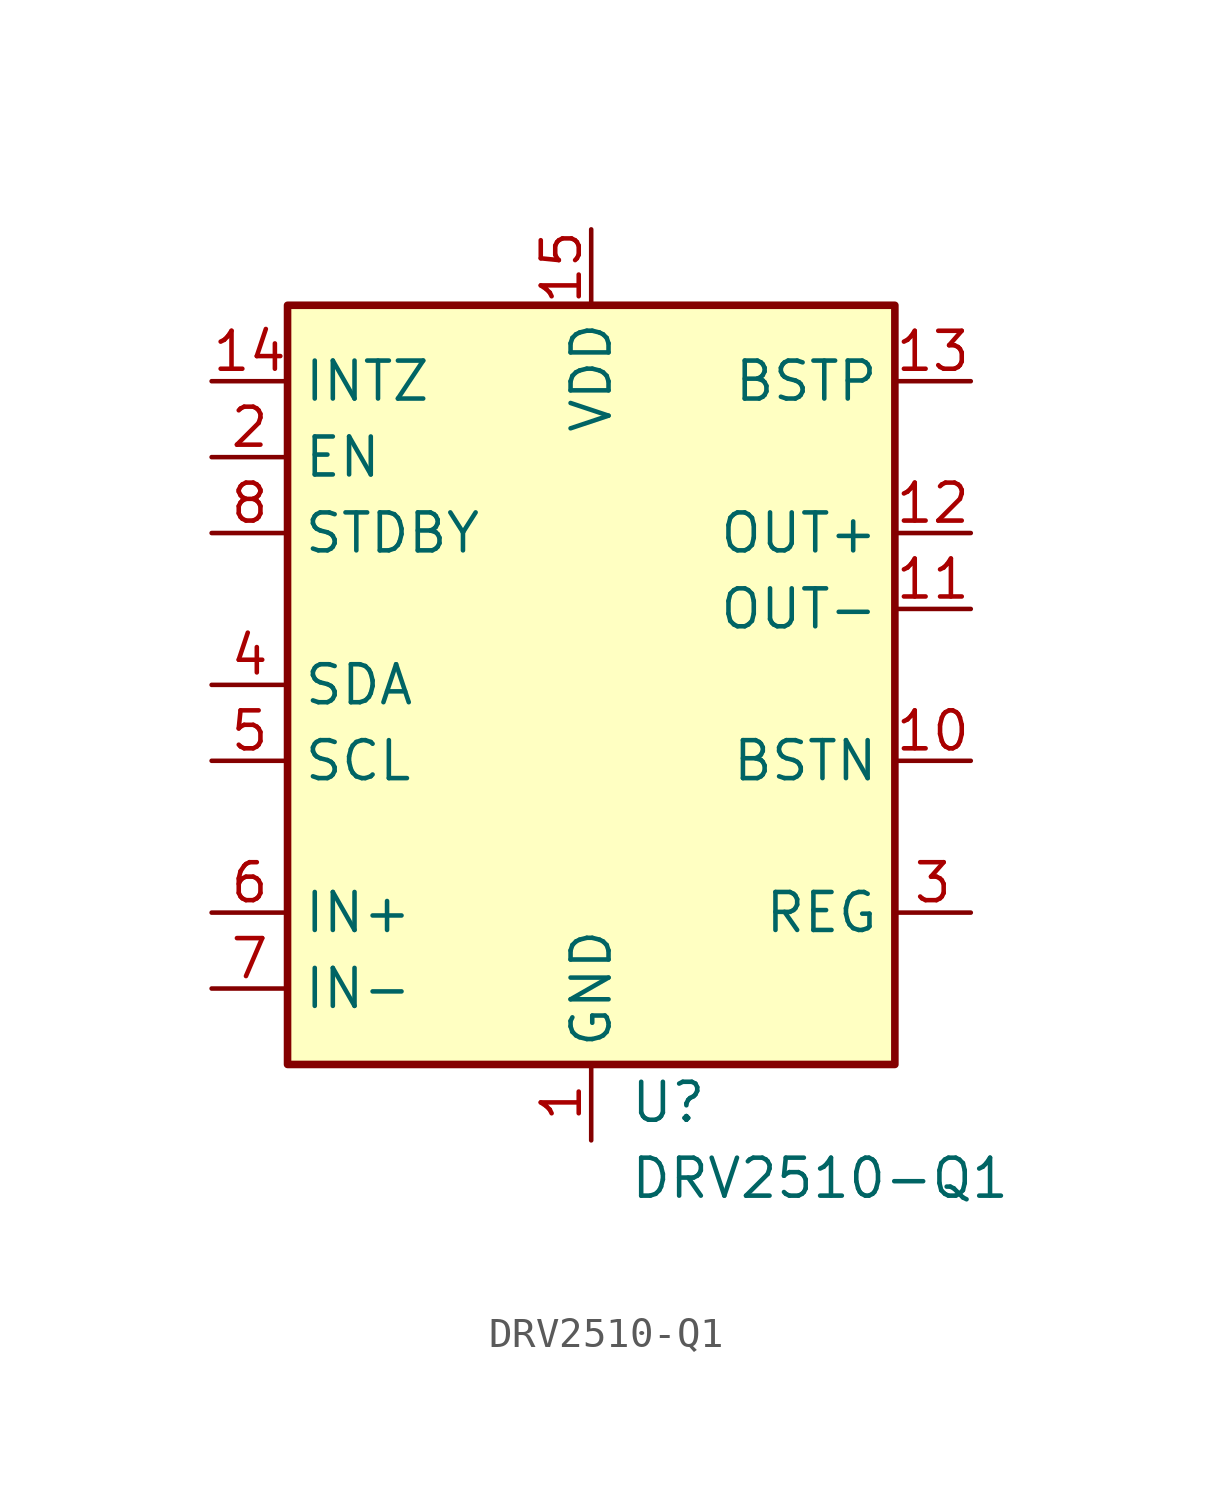
<source format=kicad_sym>
(kicad_symbol_lib
  (version 20211014)
  (generator kicad_symbol_editor)
  (symbol "DRV2510-Q1"
    (property "Reference" "U"
      (at 1.27 -13.97 0)
      (effects (font (size 1.27 1.27)) (justify left)))
    (property "Value" "DRV2510-Q1"
      (at 1.27 -16.51 0)
      (effects (font (size 1.27 1.27)) (justify left)))
    (symbol "DRV2510-Q1_0_0"
      (pin power_in line (at 0 -15.24 90) (length 2.54) (name "GND" (effects (font (size 1.27 1.27)))) (number "1" (effects (font (size 1.27 1.27)))))
      (pin passive line (at 12.7 -2.54 180) (length 2.54) (name "BSTN" (effects (font (size 1.27 1.27)))) (number "10" (effects (font (size 1.27 1.27)))))
      (pin power_out line (at 12.7 2.54 180) (length 2.54) (name "OUT-" (effects (font (size 1.27 1.27)))) (number "11" (effects (font (size 1.27 1.27)))))
      (pin power_out line (at 12.7 5.08 180) (length 2.54) (name "OUT+" (effects (font (size 1.27 1.27)))) (number "12" (effects (font (size 1.27 1.27)))))
      (pin passive line (at 12.7 10.16 180) (length 2.54) (name "BSTP" (effects (font (size 1.27 1.27)))) (number "13" (effects (font (size 1.27 1.27)))))
      (pin open_collector line (at -12.7 10.16 0) (length 2.54) (name "INTZ" (effects (font (size 1.27 1.27)))) (number "14" (effects (font (size 1.27 1.27)))))
      (pin power_in line (at 0 15.24 270) (length 2.54) (name "VDD" (effects (font (size 1.27 1.27)))) (number "15" (effects (font (size 1.27 1.27)))))
      (pin passive line (at 0 -15.24 90) (length 2.54) hide (name "GND" (effects (font (size 1.27 1.27)))) (number "16" (effects (font (size 1.27 1.27)))))
      (pin passive line (at 0 -15.24 90) (length 2.54) hide (name "GND" (effects (font (size 1.27 1.27)))) (number "17" (effects (font (size 1.27 1.27)))))
      (pin input line (at -12.7 7.62 0) (length 2.54) (name "EN" (effects (font (size 1.27 1.27)))) (number "2" (effects (font (size 1.27 1.27)))))
      (pin passive line (at 12.7 -7.62 180) (length 2.54) (name "REG" (effects (font (size 1.27 1.27)))) (number "3" (effects (font (size 1.27 1.27)))))
      (pin bidirectional line (at -12.7 0 0) (length 2.54) (name "SDA" (effects (font (size 1.27 1.27)))) (number "4" (effects (font (size 1.27 1.27)))))
      (pin input line (at -12.7 -2.54 0) (length 2.54) (name "SCL" (effects (font (size 1.27 1.27)))) (number "5" (effects (font (size 1.27 1.27)))))
      (pin input line (at -12.7 -7.62 0) (length 2.54) (name "IN+" (effects (font (size 1.27 1.27)))) (number "6" (effects (font (size 1.27 1.27)))))
      (pin input line (at -12.7 -10.16 0) (length 2.54) (name "IN-" (effects (font (size 1.27 1.27)))) (number "7" (effects (font (size 1.27 1.27)))))
      (pin input line (at -12.7 5.08 0) (length 2.54) (name "STDBY" (effects (font (size 1.27 1.27)))) (number "8" (effects (font (size 1.27 1.27)))))
      (pin passive line (at 0 -15.24 90) (length 2.54) hide (name "GND" (effects (font (size 1.27 1.27)))) (number "9" (effects (font (size 1.27 1.27))))))
    (symbol "DRV2510-Q1_0_1"
      (rectangle (start -10.16 12.7) (end 10.16 -12.7) (stroke (width 0.254) (type default) (color 0 0 0 0)) (fill (type background))))))
</source>
